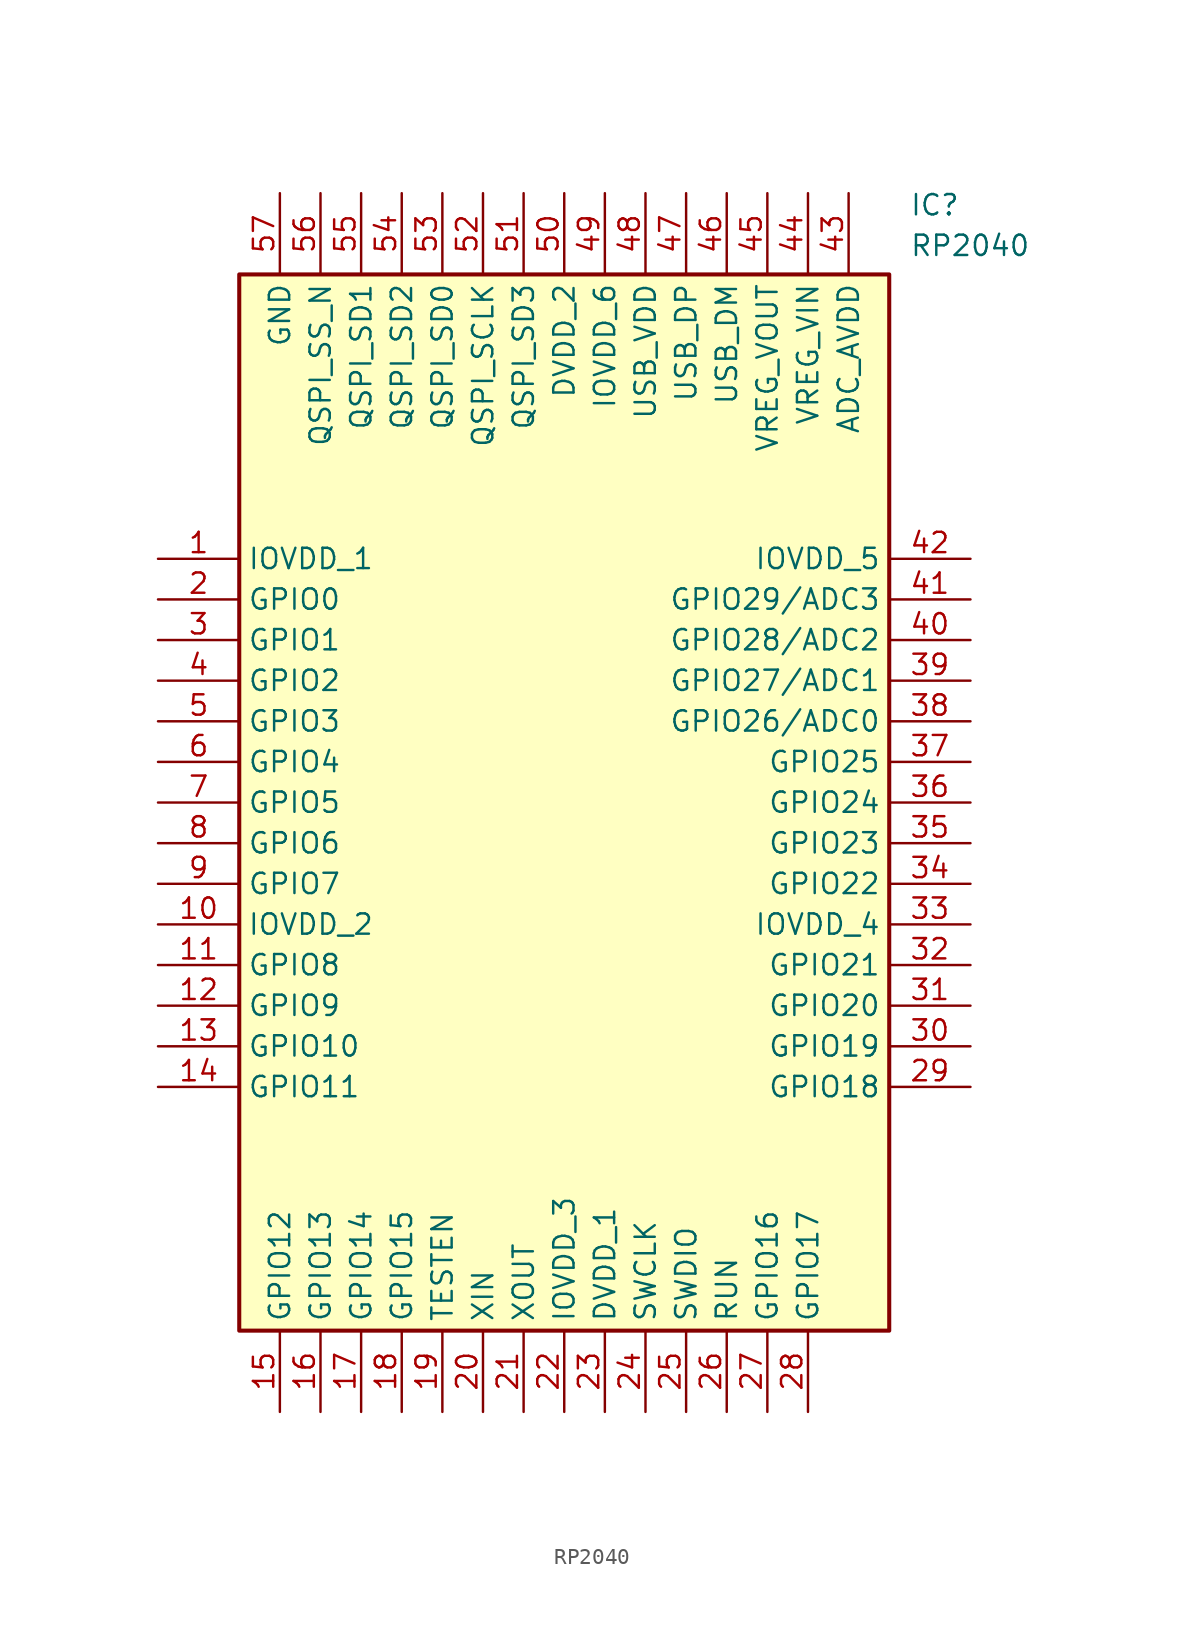
<source format=kicad_sym>
(kicad_symbol_lib
  (version 20211014)
  (generator SamacSys_ECAD_Model)
  (symbol "RP2040"
    (property "Reference" "IC"
      (at 46.99 22.86 0)
      (effects (font (size 1.27 1.27)) (justify left top)))
    (property "Value" "RP2040"
      (at 46.99 20.32 0)
      (effects (font (size 1.27 1.27)) (justify left top)))
    (rectangle
      (start 5.08 17.78)
      (end 45.72 -48.26)
      (stroke (width 0.254) (type default))
      (fill (type background)))
    (pin passive line
      (at 0 0 0)
      (length 5.08)
      (name "IOVDD_1" (effects (font (size 1.27 1.27))))
      (number "1" (effects (font (size 1.27 1.27)))))
    (pin passive line
      (at 0 -2.54 0)
      (length 5.08)
      (name "GPIO0" (effects (font (size 1.27 1.27))))
      (number "2" (effects (font (size 1.27 1.27)))))
    (pin passive line
      (at 0 -5.08 0)
      (length 5.08)
      (name "GPIO1" (effects (font (size 1.27 1.27))))
      (number "3" (effects (font (size 1.27 1.27)))))
    (pin passive line
      (at 0 -7.62 0)
      (length 5.08)
      (name "GPIO2" (effects (font (size 1.27 1.27))))
      (number "4" (effects (font (size 1.27 1.27)))))
    (pin passive line
      (at 0 -10.16 0)
      (length 5.08)
      (name "GPIO3" (effects (font (size 1.27 1.27))))
      (number "5" (effects (font (size 1.27 1.27)))))
    (pin passive line
      (at 0 -12.7 0)
      (length 5.08)
      (name "GPIO4" (effects (font (size 1.27 1.27))))
      (number "6" (effects (font (size 1.27 1.27)))))
    (pin passive line
      (at 0 -15.24 0)
      (length 5.08)
      (name "GPIO5" (effects (font (size 1.27 1.27))))
      (number "7" (effects (font (size 1.27 1.27)))))
    (pin passive line
      (at 0 -17.78 0)
      (length 5.08)
      (name "GPIO6" (effects (font (size 1.27 1.27))))
      (number "8" (effects (font (size 1.27 1.27)))))
    (pin passive line
      (at 0 -20.32 0)
      (length 5.08)
      (name "GPIO7" (effects (font (size 1.27 1.27))))
      (number "9" (effects (font (size 1.27 1.27)))))
    (pin passive line
      (at 0 -22.86 0)
      (length 5.08)
      (name "IOVDD_2" (effects (font (size 1.27 1.27))))
      (number "10" (effects (font (size 1.27 1.27)))))
    (pin passive line
      (at 0 -25.4 0)
      (length 5.08)
      (name "GPIO8" (effects (font (size 1.27 1.27))))
      (number "11" (effects (font (size 1.27 1.27)))))
    (pin passive line
      (at 0 -27.94 0)
      (length 5.08)
      (name "GPIO9" (effects (font (size 1.27 1.27))))
      (number "12" (effects (font (size 1.27 1.27)))))
    (pin passive line
      (at 0 -30.48 0)
      (length 5.08)
      (name "GPIO10" (effects (font (size 1.27 1.27))))
      (number "13" (effects (font (size 1.27 1.27)))))
    (pin passive line
      (at 0 -33.02 0)
      (length 5.08)
      (name "GPIO11" (effects (font (size 1.27 1.27))))
      (number "14" (effects (font (size 1.27 1.27)))))
    (pin passive line
      (at 7.62 -53.34 90)
      (length 5.08)
      (name "GPIO12" (effects (font (size 1.27 1.27))))
      (number "15" (effects (font (size 1.27 1.27)))))
    (pin passive line
      (at 10.16 -53.34 90)
      (length 5.08)
      (name "GPIO13" (effects (font (size 1.27 1.27))))
      (number "16" (effects (font (size 1.27 1.27)))))
    (pin passive line
      (at 12.7 -53.34 90)
      (length 5.08)
      (name "GPIO14" (effects (font (size 1.27 1.27))))
      (number "17" (effects (font (size 1.27 1.27)))))
    (pin passive line
      (at 15.24 -53.34 90)
      (length 5.08)
      (name "GPIO15" (effects (font (size 1.27 1.27))))
      (number "18" (effects (font (size 1.27 1.27)))))
    (pin passive line
      (at 17.78 -53.34 90)
      (length 5.08)
      (name "TESTEN" (effects (font (size 1.27 1.27))))
      (number "19" (effects (font (size 1.27 1.27)))))
    (pin passive line
      (at 20.32 -53.34 90)
      (length 5.08)
      (name "XIN" (effects (font (size 1.27 1.27))))
      (number "20" (effects (font (size 1.27 1.27)))))
    (pin passive line
      (at 22.86 -53.34 90)
      (length 5.08)
      (name "XOUT" (effects (font (size 1.27 1.27))))
      (number "21" (effects (font (size 1.27 1.27)))))
    (pin passive line
      (at 25.4 -53.34 90)
      (length 5.08)
      (name "IOVDD_3" (effects (font (size 1.27 1.27))))
      (number "22" (effects (font (size 1.27 1.27)))))
    (pin passive line
      (at 27.94 -53.34 90)
      (length 5.08)
      (name "DVDD_1" (effects (font (size 1.27 1.27))))
      (number "23" (effects (font (size 1.27 1.27)))))
    (pin passive line
      (at 30.48 -53.34 90)
      (length 5.08)
      (name "SWCLK" (effects (font (size 1.27 1.27))))
      (number "24" (effects (font (size 1.27 1.27)))))
    (pin passive line
      (at 33.02 -53.34 90)
      (length 5.08)
      (name "SWDIO" (effects (font (size 1.27 1.27))))
      (number "25" (effects (font (size 1.27 1.27)))))
    (pin passive line
      (at 35.56 -53.34 90)
      (length 5.08)
      (name "RUN" (effects (font (size 1.27 1.27))))
      (number "26" (effects (font (size 1.27 1.27)))))
    (pin passive line
      (at 38.1 -53.34 90)
      (length 5.08)
      (name "GPIO16" (effects (font (size 1.27 1.27))))
      (number "27" (effects (font (size 1.27 1.27)))))
    (pin passive line
      (at 40.64 -53.34 90)
      (length 5.08)
      (name "GPIO17" (effects (font (size 1.27 1.27))))
      (number "28" (effects (font (size 1.27 1.27)))))
    (pin passive line
      (at 50.8 0 180)
      (length 5.08)
      (name "IOVDD_5" (effects (font (size 1.27 1.27))))
      (number "42" (effects (font (size 1.27 1.27)))))
    (pin passive line
      (at 50.8 -2.54 180)
      (length 5.08)
      (name "GPIO29/ADC3" (effects (font (size 1.27 1.27))))
      (number "41" (effects (font (size 1.27 1.27)))))
    (pin passive line
      (at 50.8 -5.08 180)
      (length 5.08)
      (name "GPIO28/ADC2" (effects (font (size 1.27 1.27))))
      (number "40" (effects (font (size 1.27 1.27)))))
    (pin passive line
      (at 50.8 -7.62 180)
      (length 5.08)
      (name "GPIO27/ADC1" (effects (font (size 1.27 1.27))))
      (number "39" (effects (font (size 1.27 1.27)))))
    (pin passive line
      (at 50.8 -10.16 180)
      (length 5.08)
      (name "GPIO26/ADC0" (effects (font (size 1.27 1.27))))
      (number "38" (effects (font (size 1.27 1.27)))))
    (pin passive line
      (at 50.8 -12.7 180)
      (length 5.08)
      (name "GPIO25" (effects (font (size 1.27 1.27))))
      (number "37" (effects (font (size 1.27 1.27)))))
    (pin passive line
      (at 50.8 -15.24 180)
      (length 5.08)
      (name "GPIO24" (effects (font (size 1.27 1.27))))
      (number "36" (effects (font (size 1.27 1.27)))))
    (pin passive line
      (at 50.8 -17.78 180)
      (length 5.08)
      (name "GPIO23" (effects (font (size 1.27 1.27))))
      (number "35" (effects (font (size 1.27 1.27)))))
    (pin passive line
      (at 50.8 -20.32 180)
      (length 5.08)
      (name "GPIO22" (effects (font (size 1.27 1.27))))
      (number "34" (effects (font (size 1.27 1.27)))))
    (pin passive line
      (at 50.8 -22.86 180)
      (length 5.08)
      (name "IOVDD_4" (effects (font (size 1.27 1.27))))
      (number "33" (effects (font (size 1.27 1.27)))))
    (pin passive line
      (at 50.8 -25.4 180)
      (length 5.08)
      (name "GPIO21" (effects (font (size 1.27 1.27))))
      (number "32" (effects (font (size 1.27 1.27)))))
    (pin passive line
      (at 50.8 -27.94 180)
      (length 5.08)
      (name "GPIO20" (effects (font (size 1.27 1.27))))
      (number "31" (effects (font (size 1.27 1.27)))))
    (pin passive line
      (at 50.8 -30.48 180)
      (length 5.08)
      (name "GPIO19" (effects (font (size 1.27 1.27))))
      (number "30" (effects (font (size 1.27 1.27)))))
    (pin passive line
      (at 50.8 -33.02 180)
      (length 5.08)
      (name "GPIO18" (effects (font (size 1.27 1.27))))
      (number "29" (effects (font (size 1.27 1.27)))))
    (pin passive line
      (at 7.62 22.86 270)
      (length 5.08)
      (name "GND" (effects (font (size 1.27 1.27))))
      (number "57" (effects (font (size 1.27 1.27)))))
    (pin passive line
      (at 10.16 22.86 270)
      (length 5.08)
      (name "QSPI_SS_N" (effects (font (size 1.27 1.27))))
      (number "56" (effects (font (size 1.27 1.27)))))
    (pin passive line
      (at 12.7 22.86 270)
      (length 5.08)
      (name "QSPI_SD1" (effects (font (size 1.27 1.27))))
      (number "55" (effects (font (size 1.27 1.27)))))
    (pin passive line
      (at 15.24 22.86 270)
      (length 5.08)
      (name "QSPI_SD2" (effects (font (size 1.27 1.27))))
      (number "54" (effects (font (size 1.27 1.27)))))
    (pin passive line
      (at 17.78 22.86 270)
      (length 5.08)
      (name "QSPI_SD0" (effects (font (size 1.27 1.27))))
      (number "53" (effects (font (size 1.27 1.27)))))
    (pin passive line
      (at 20.32 22.86 270)
      (length 5.08)
      (name "QSPI_SCLK" (effects (font (size 1.27 1.27))))
      (number "52" (effects (font (size 1.27 1.27)))))
    (pin passive line
      (at 22.86 22.86 270)
      (length 5.08)
      (name "QSPI_SD3" (effects (font (size 1.27 1.27))))
      (number "51" (effects (font (size 1.27 1.27)))))
    (pin passive line
      (at 25.4 22.86 270)
      (length 5.08)
      (name "DVDD_2" (effects (font (size 1.27 1.27))))
      (number "50" (effects (font (size 1.27 1.27)))))
    (pin passive line
      (at 27.94 22.86 270)
      (length 5.08)
      (name "IOVDD_6" (effects (font (size 1.27 1.27))))
      (number "49" (effects (font (size 1.27 1.27)))))
    (pin passive line
      (at 30.48 22.86 270)
      (length 5.08)
      (name "USB_VDD" (effects (font (size 1.27 1.27))))
      (number "48" (effects (font (size 1.27 1.27)))))
    (pin passive line
      (at 33.02 22.86 270)
      (length 5.08)
      (name "USB_DP" (effects (font (size 1.27 1.27))))
      (number "47" (effects (font (size 1.27 1.27)))))
    (pin passive line
      (at 35.56 22.86 270)
      (length 5.08)
      (name "USB_DM" (effects (font (size 1.27 1.27))))
      (number "46" (effects (font (size 1.27 1.27)))))
    (pin passive line
      (at 38.1 22.86 270)
      (length 5.08)
      (name "VREG_VOUT" (effects (font (size 1.27 1.27))))
      (number "45" (effects (font (size 1.27 1.27)))))
    (pin passive line
      (at 40.64 22.86 270)
      (length 5.08)
      (name "VREG_VIN" (effects (font (size 1.27 1.27))))
      (number "44" (effects (font (size 1.27 1.27)))))
    (pin passive line
      (at 43.18 22.86 270)
      (length 5.08)
      (name "ADC_AVDD" (effects (font (size 1.27 1.27))))
      (number "43" (effects (font (size 1.27 1.27)))))))
</source>
